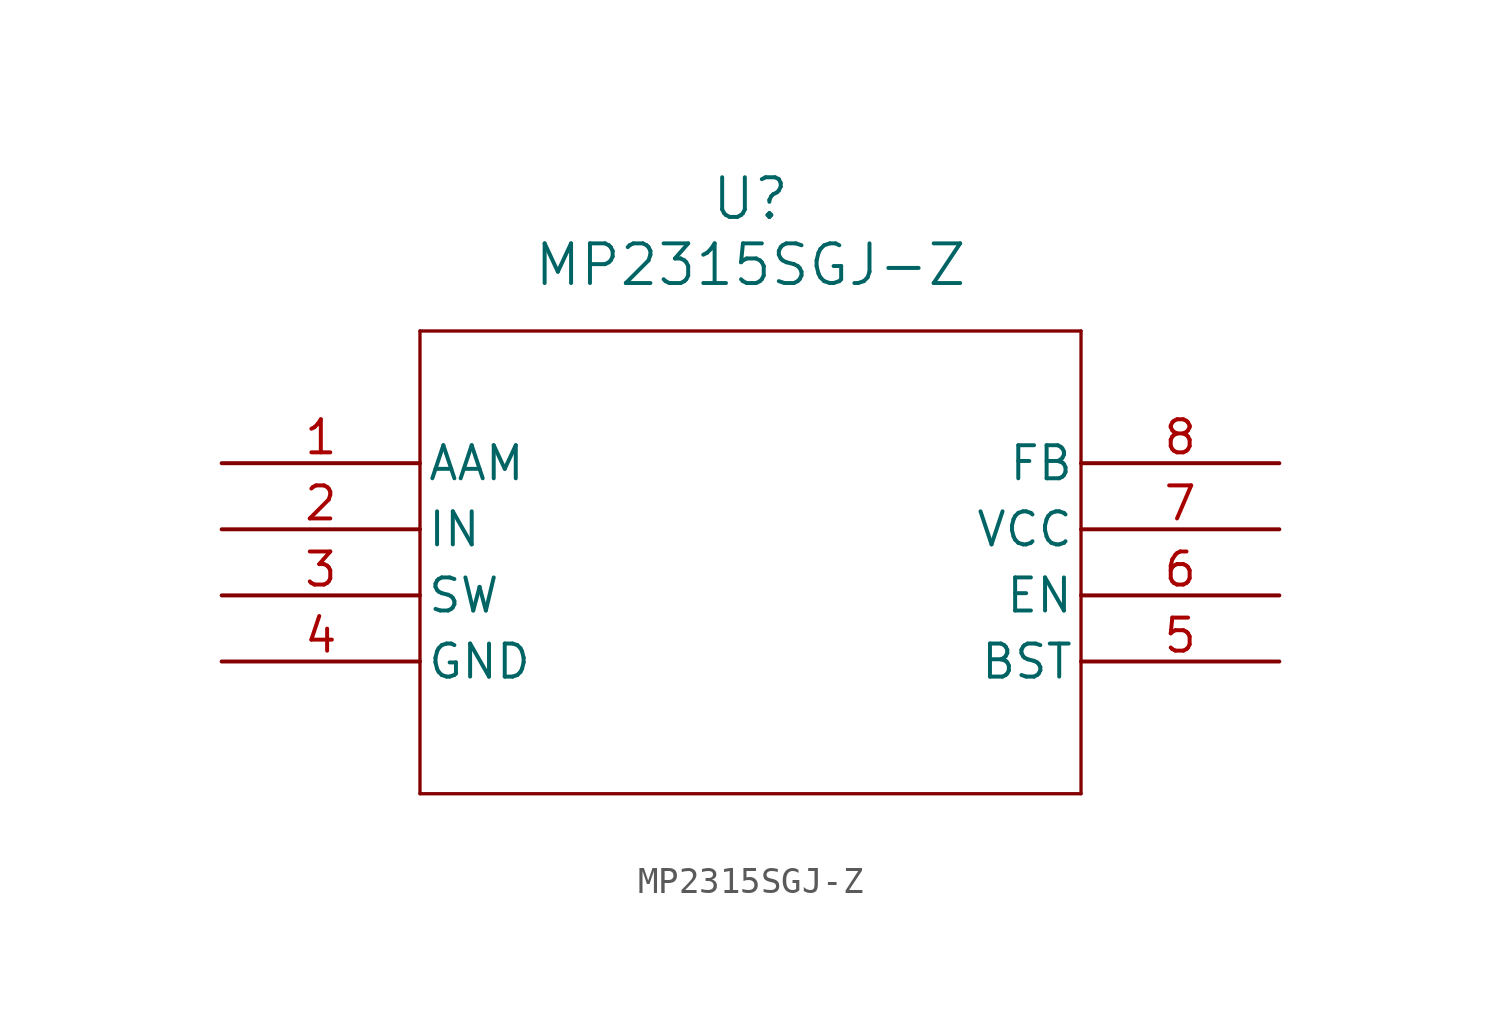
<source format=kicad_sym>
(kicad_symbol_lib
  (version 20231120)
  (generator "kicad_symbol_editor")
  (generator_version "8.0")
  (symbol "MP2315SGJ-Z"
    (pin_names
      (offset 0.254))
    (property "Reference" "U"
      (at 20.32 10.16 0)
      (effects (font (size 1.524 1.524))))
    (property "Value" "MP2315SGJ-Z"
      (at 20.32 7.62 0)
      (effects (font (size 1.524 1.524))))
    (symbol "MP2315SGJ-Z_0_1"
      (polyline (pts (xy 7.62 -12.7) (xy 33.02 -12.7)) (stroke (width 0.127) (type default)) (fill (type none)))
      (polyline (pts (xy 7.62 5.08) (xy 7.62 -12.7)) (stroke (width 0.127) (type default)) (fill (type none)))
      (polyline (pts (xy 33.02 -12.7) (xy 33.02 5.08)) (stroke (width 0.127) (type default)) (fill (type none)))
      (polyline (pts (xy 33.02 5.08) (xy 7.62 5.08)) (stroke (width 0.127) (type default)) (fill (type none)))
      (pin unspecified line (at 0 0 0) (length 7.62) (name "AAM" (effects (font (size 1.27 1.27)))) (number "1" (effects (font (size 1.27 1.27)))))
      (pin power_in line (at 0 -2.54 0) (length 7.62) (name "IN" (effects (font (size 1.27 1.27)))) (number "2" (effects (font (size 1.27 1.27)))))
      (pin output line (at 0 -5.08 0) (length 7.62) (name "SW" (effects (font (size 1.27 1.27)))) (number "3" (effects (font (size 1.27 1.27)))))
      (pin power_in line (at 0 -7.62 0) (length 7.62) (name "GND" (effects (font (size 1.27 1.27)))) (number "4" (effects (font (size 1.27 1.27)))))
      (pin power_in line (at 40.64 -7.62 180) (length 7.62) (name "BST" (effects (font (size 1.27 1.27)))) (number "5" (effects (font (size 1.27 1.27)))))
      (pin unspecified line (at 40.64 -5.08 180) (length 7.62) (name "EN" (effects (font (size 1.27 1.27)))) (number "6" (effects (font (size 1.27 1.27)))))
      (pin power_in line (at 40.64 -2.54 180) (length 7.62) (name "VCC" (effects (font (size 1.27 1.27)))) (number "7" (effects (font (size 1.27 1.27)))))
      (pin unspecified line (at 40.64 0 180) (length 7.62) (name "FB" (effects (font (size 1.27 1.27)))) (number "8" (effects (font (size 1.27 1.27))))))))
</source>
